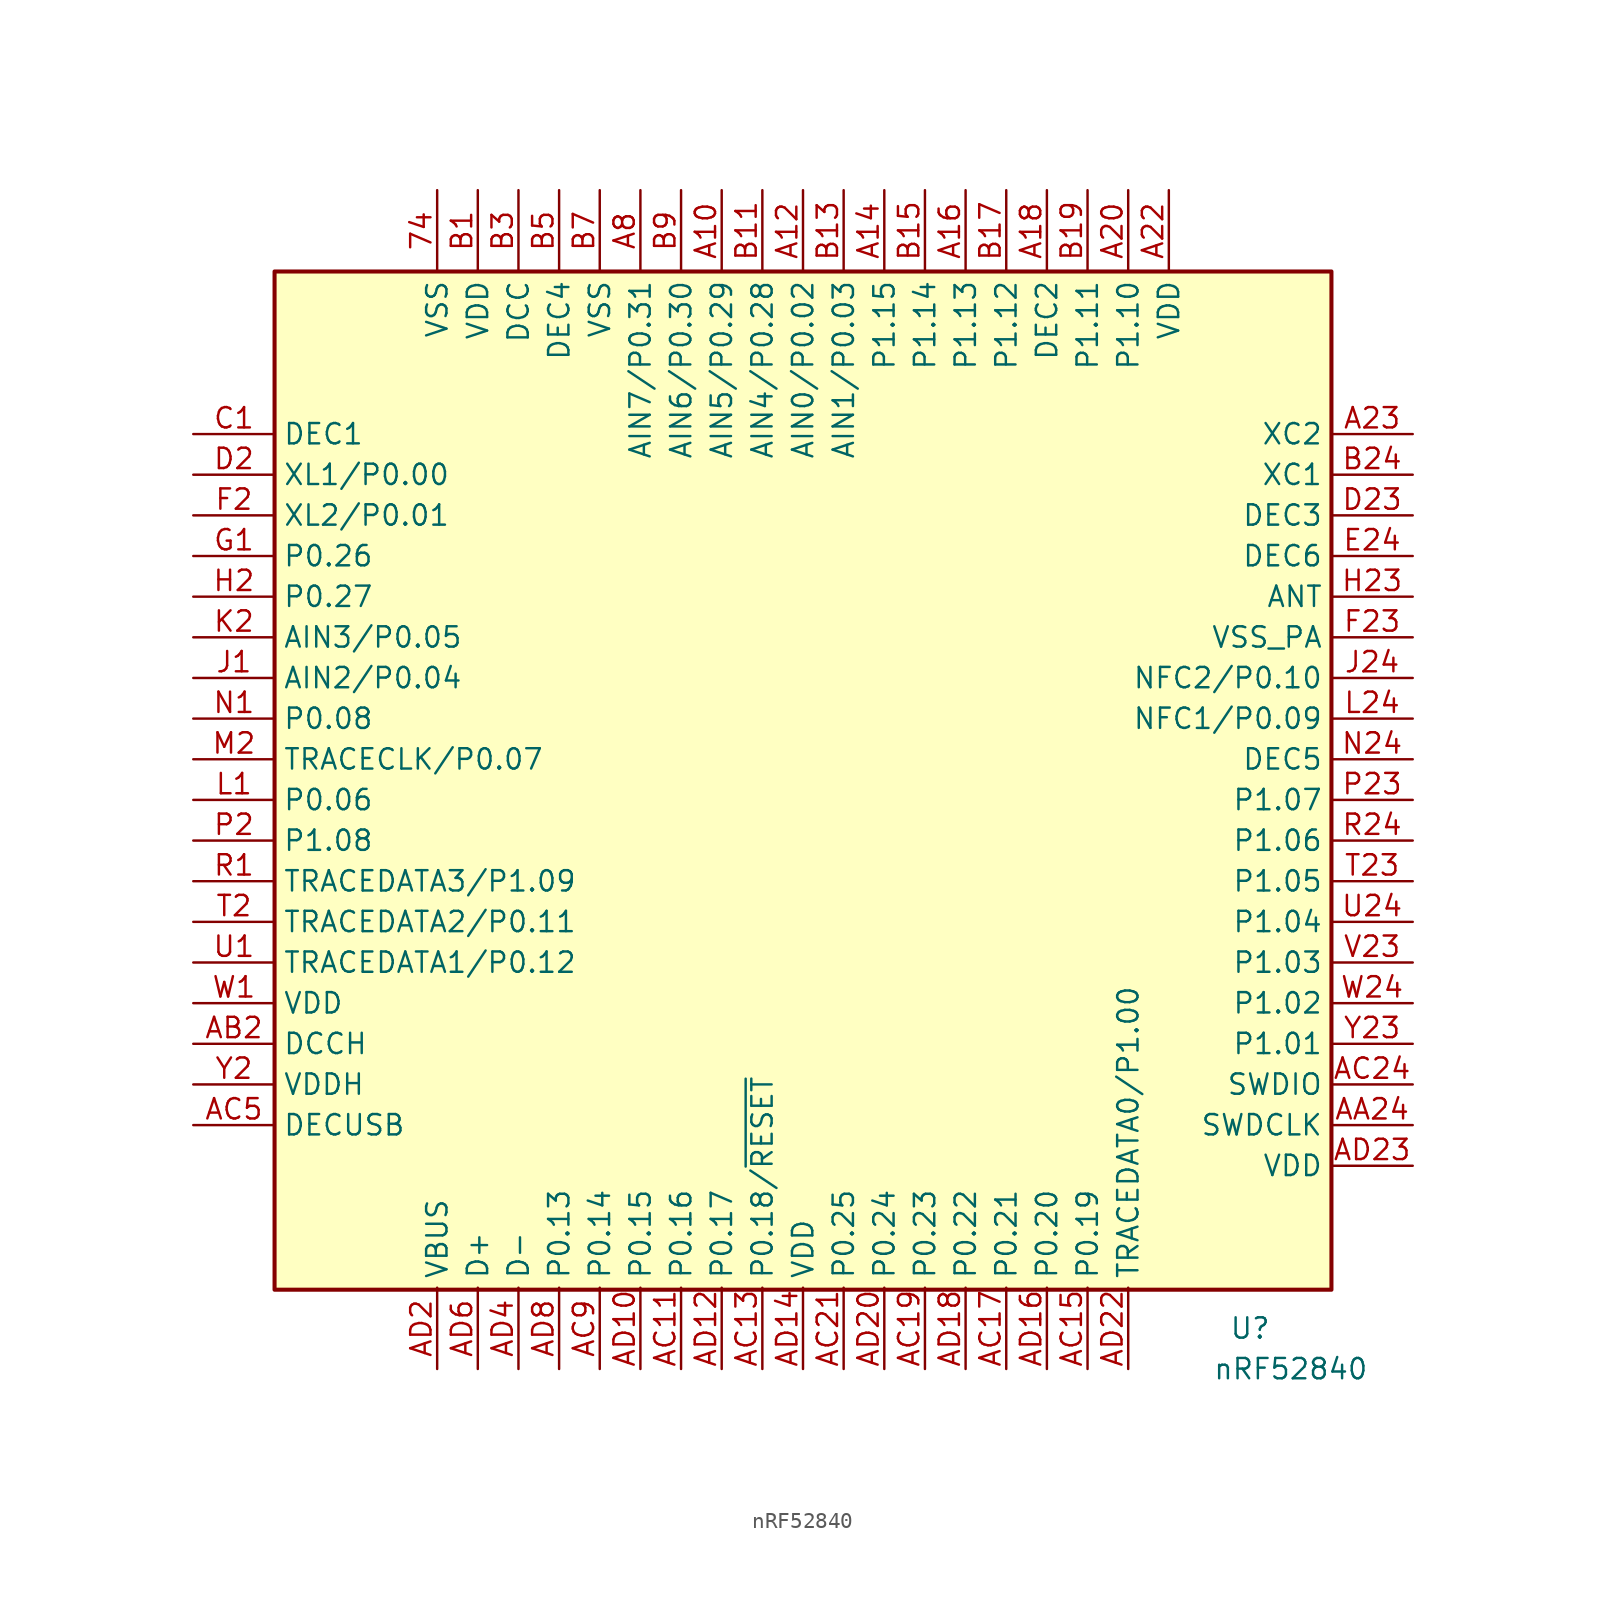
<source format=kicad_sym>
(kicad_symbol_lib
  (version 20220914)
  (generator kicad_symbol_editor)
  (symbol "nRF52840"
    (property "Reference" "U"
      (at 60.96 -2.54 0)
      (effects (font (size 1.27 1.27))))
    (property "Value" "nRF52840"
      (at 63.5 -5.08 0)
      (effects (font (size 1.27 1.27))))
    (symbol "nRF52840_0_1"
      (rectangle (start 0 63.5) (end 66.04 -0.127) (stroke (width 0.254) (type default)) (fill (type background))))
    (symbol "nRF52840_1_1"
      (pin power_in line (at 10.16 68.58 270) (length 5.08) (name "VSS" (effects (font (size 1.27 1.27)))) (number "74" (effects (font (size 1.27 1.27)))))
      (pin bidirectional line (at 27.94 68.58 270) (length 5.08) (name "AIN5/P0.29" (effects (font (size 1.27 1.27)))) (number "A10" (effects (font (size 1.27 1.27)))))
      (pin bidirectional line (at 33.02 68.58 270) (length 5.08) (name "AIN0/P0.02" (effects (font (size 1.27 1.27)))) (number "A12" (effects (font (size 1.27 1.27)))))
      (pin bidirectional line (at 38.1 68.58 270) (length 5.08) (name "P1.15" (effects (font (size 1.27 1.27)))) (number "A14" (effects (font (size 1.27 1.27)))))
      (pin bidirectional line (at 43.18 68.58 270) (length 5.08) (name "P1.13" (effects (font (size 1.27 1.27)))) (number "A16" (effects (font (size 1.27 1.27)))))
      (pin passive line (at 48.26 68.58 270) (length 5.08) (name "DEC2" (effects (font (size 1.27 1.27)))) (number "A18" (effects (font (size 1.27 1.27)))))
      (pin bidirectional line (at 53.34 68.58 270) (length 5.08) (name "P1.10" (effects (font (size 1.27 1.27)))) (number "A20" (effects (font (size 1.27 1.27)))))
      (pin power_in line (at 55.88 68.58 270) (length 5.08) (name "VDD" (effects (font (size 1.27 1.27)))) (number "A22" (effects (font (size 1.27 1.27)))))
      (pin input line (at 71.12 53.34 180) (length 5.08) (name "XC2" (effects (font (size 1.27 1.27)))) (number "A23" (effects (font (size 1.27 1.27)))))
      (pin bidirectional line (at 22.86 68.58 270) (length 5.08) (name "AIN7/P0.31" (effects (font (size 1.27 1.27)))) (number "A8" (effects (font (size 1.27 1.27)))))
      (pin input line (at 71.12 10.16 180) (length 5.08) (name "SWDCLK" (effects (font (size 1.27 1.27)))) (number "AA24" (effects (font (size 1.27 1.27)))))
      (pin power_out line (at -5.08 15.24 0) (length 5.08) (name "DCCH" (effects (font (size 1.27 1.27)))) (number "AB2" (effects (font (size 1.27 1.27)))))
      (pin bidirectional line (at 25.4 -5.08 90) (length 5.08) (name "P0.16" (effects (font (size 1.27 1.27)))) (number "AC11" (effects (font (size 1.27 1.27)))))
      (pin bidirectional line (at 30.48 -5.08 90) (length 5.08) (name "P0.18/~{RESET}" (effects (font (size 1.27 1.27)))) (number "AC13" (effects (font (size 1.27 1.27)))))
      (pin bidirectional line (at 50.8 -5.08 90) (length 5.08) (name "P0.19" (effects (font (size 1.27 1.27)))) (number "AC15" (effects (font (size 1.27 1.27)))))
      (pin bidirectional line (at 45.72 -5.08 90) (length 5.08) (name "P0.21" (effects (font (size 1.27 1.27)))) (number "AC17" (effects (font (size 1.27 1.27)))))
      (pin bidirectional line (at 40.64 -5.08 90) (length 5.08) (name "P0.23" (effects (font (size 1.27 1.27)))) (number "AC19" (effects (font (size 1.27 1.27)))))
      (pin bidirectional line (at 35.56 -5.08 90) (length 5.08) (name "P0.25" (effects (font (size 1.27 1.27)))) (number "AC21" (effects (font (size 1.27 1.27)))))
      (pin bidirectional line (at 71.12 12.7 180) (length 5.08) (name "SWDIO" (effects (font (size 1.27 1.27)))) (number "AC24" (effects (font (size 1.27 1.27)))))
      (pin passive line (at -5.08 10.16 0) (length 5.08) (name "DECUSB" (effects (font (size 1.27 1.27)))) (number "AC5" (effects (font (size 1.27 1.27)))))
      (pin bidirectional line (at 20.32 -5.08 90) (length 5.08) (name "P0.14" (effects (font (size 1.27 1.27)))) (number "AC9" (effects (font (size 1.27 1.27)))))
      (pin bidirectional line (at 22.86 -5.08 90) (length 5.08) (name "P0.15" (effects (font (size 1.27 1.27)))) (number "AD10" (effects (font (size 1.27 1.27)))))
      (pin bidirectional line (at 27.94 -5.08 90) (length 5.08) (name "P0.17" (effects (font (size 1.27 1.27)))) (number "AD12" (effects (font (size 1.27 1.27)))))
      (pin power_in line (at 33.02 -5.08 90) (length 5.08) (name "VDD" (effects (font (size 1.27 1.27)))) (number "AD14" (effects (font (size 1.27 1.27)))))
      (pin bidirectional line (at 48.26 -5.08 90) (length 5.08) (name "P0.20" (effects (font (size 1.27 1.27)))) (number "AD16" (effects (font (size 1.27 1.27)))))
      (pin bidirectional line (at 43.18 -5.08 90) (length 5.08) (name "P0.22" (effects (font (size 1.27 1.27)))) (number "AD18" (effects (font (size 1.27 1.27)))))
      (pin power_in line (at 10.16 -5.08 90) (length 5.08) (name "VBUS" (effects (font (size 1.27 1.27)))) (number "AD2" (effects (font (size 1.27 1.27)))))
      (pin bidirectional line (at 38.1 -5.08 90) (length 5.08) (name "P0.24" (effects (font (size 1.27 1.27)))) (number "AD20" (effects (font (size 1.27 1.27)))))
      (pin bidirectional line (at 53.34 -5.08 90) (length 5.08) (name "TRACEDATA0/P1.00" (effects (font (size 1.27 1.27)))) (number "AD22" (effects (font (size 1.27 1.27)))))
      (pin power_in line (at 71.12 7.62 180) (length 5.08) (name "VDD" (effects (font (size 1.27 1.27)))) (number "AD23" (effects (font (size 1.27 1.27)))))
      (pin bidirectional line (at 15.24 -5.08 90) (length 5.08) (name "D-" (effects (font (size 1.27 1.27)))) (number "AD4" (effects (font (size 1.27 1.27)))))
      (pin bidirectional line (at 12.7 -5.08 90) (length 5.08) (name "D+" (effects (font (size 1.27 1.27)))) (number "AD6" (effects (font (size 1.27 1.27)))))
      (pin bidirectional line (at 17.78 -5.08 90) (length 5.08) (name "P0.13" (effects (font (size 1.27 1.27)))) (number "AD8" (effects (font (size 1.27 1.27)))))
      (pin power_in line (at 12.7 68.58 270) (length 5.08) (name "VDD" (effects (font (size 1.27 1.27)))) (number "B1" (effects (font (size 1.27 1.27)))))
      (pin bidirectional line (at 30.48 68.58 270) (length 5.08) (name "AIN4/P0.28" (effects (font (size 1.27 1.27)))) (number "B11" (effects (font (size 1.27 1.27)))))
      (pin bidirectional line (at 35.56 68.58 270) (length 5.08) (name "AIN1/P0.03" (effects (font (size 1.27 1.27)))) (number "B13" (effects (font (size 1.27 1.27)))))
      (pin bidirectional line (at 40.64 68.58 270) (length 5.08) (name "P1.14" (effects (font (size 1.27 1.27)))) (number "B15" (effects (font (size 1.27 1.27)))))
      (pin bidirectional line (at 45.72 68.58 270) (length 5.08) (name "P1.12" (effects (font (size 1.27 1.27)))) (number "B17" (effects (font (size 1.27 1.27)))))
      (pin bidirectional line (at 50.8 68.58 270) (length 5.08) (name "P1.11" (effects (font (size 1.27 1.27)))) (number "B19" (effects (font (size 1.27 1.27)))))
      (pin input line (at 71.12 50.8 180) (length 5.08) (name "XC1" (effects (font (size 1.27 1.27)))) (number "B24" (effects (font (size 1.27 1.27)))))
      (pin power_out line (at 15.24 68.58 270) (length 5.08) (name "DCC" (effects (font (size 1.27 1.27)))) (number "B3" (effects (font (size 1.27 1.27)))))
      (pin passive line (at 17.78 68.58 270) (length 5.08) (name "DEC4" (effects (font (size 1.27 1.27)))) (number "B5" (effects (font (size 1.27 1.27)))))
      (pin power_in line (at 20.32 68.58 270) (length 5.08) (name "VSS" (effects (font (size 1.27 1.27)))) (number "B7" (effects (font (size 1.27 1.27)))))
      (pin bidirectional line (at 25.4 68.58 270) (length 5.08) (name "AIN6/P0.30" (effects (font (size 1.27 1.27)))) (number "B9" (effects (font (size 1.27 1.27)))))
      (pin passive line (at -5.08 53.34 0) (length 5.08) (name "DEC1" (effects (font (size 1.27 1.27)))) (number "C1" (effects (font (size 1.27 1.27)))))
      (pin bidirectional line (at -5.08 50.8 0) (length 5.08) (name "XL1/P0.00" (effects (font (size 1.27 1.27)))) (number "D2" (effects (font (size 1.27 1.27)))))
      (pin passive line (at 71.12 48.26 180) (length 5.08) (name "DEC3" (effects (font (size 1.27 1.27)))) (number "D23" (effects (font (size 1.27 1.27)))))
      (pin passive line (at 71.12 45.72 180) (length 5.08) (name "DEC6" (effects (font (size 1.27 1.27)))) (number "E24" (effects (font (size 1.27 1.27)))))
      (pin bidirectional line (at -5.08 48.26 0) (length 5.08) (name "XL2/P0.01" (effects (font (size 1.27 1.27)))) (number "F2" (effects (font (size 1.27 1.27)))))
      (pin power_in line (at 71.12 40.64 180) (length 5.08) (name "VSS_PA" (effects (font (size 1.27 1.27)))) (number "F23" (effects (font (size 1.27 1.27)))))
      (pin bidirectional line (at -5.08 45.72 0) (length 5.08) (name "P0.26" (effects (font (size 1.27 1.27)))) (number "G1" (effects (font (size 1.27 1.27)))))
      (pin bidirectional line (at -5.08 43.18 0) (length 5.08) (name "P0.27" (effects (font (size 1.27 1.27)))) (number "H2" (effects (font (size 1.27 1.27)))))
      (pin passive line (at 71.12 43.18 180) (length 5.08) (name "ANT" (effects (font (size 1.27 1.27)))) (number "H23" (effects (font (size 1.27 1.27)))))
      (pin bidirectional line (at -5.08 38.1 0) (length 5.08) (name "AIN2/P0.04" (effects (font (size 1.27 1.27)))) (number "J1" (effects (font (size 1.27 1.27)))))
      (pin bidirectional line (at 71.12 38.1 180) (length 5.08) (name "NFC2/P0.10" (effects (font (size 1.27 1.27)))) (number "J24" (effects (font (size 1.27 1.27)))))
      (pin bidirectional line (at -5.08 40.64 0) (length 5.08) (name "AIN3/P0.05" (effects (font (size 1.27 1.27)))) (number "K2" (effects (font (size 1.27 1.27)))))
      (pin bidirectional line (at -5.08 30.48 0) (length 5.08) (name "P0.06" (effects (font (size 1.27 1.27)))) (number "L1" (effects (font (size 1.27 1.27)))))
      (pin bidirectional line (at 71.12 35.56 180) (length 5.08) (name "NFC1/P0.09" (effects (font (size 1.27 1.27)))) (number "L24" (effects (font (size 1.27 1.27)))))
      (pin bidirectional line (at -5.08 33.02 0) (length 5.08) (name "TRACECLK/P0.07" (effects (font (size 1.27 1.27)))) (number "M2" (effects (font (size 1.27 1.27)))))
      (pin bidirectional line (at -5.08 35.56 0) (length 5.08) (name "P0.08" (effects (font (size 1.27 1.27)))) (number "N1" (effects (font (size 1.27 1.27)))))
      (pin passive line (at 71.12 33.02 180) (length 5.08) (name "DEC5" (effects (font (size 1.27 1.27)))) (number "N24" (effects (font (size 1.27 1.27)))))
      (pin bidirectional line (at -5.08 27.94 0) (length 5.08) (name "P1.08" (effects (font (size 1.27 1.27)))) (number "P2" (effects (font (size 1.27 1.27)))))
      (pin bidirectional line (at 71.12 30.48 180) (length 5.08) (name "P1.07" (effects (font (size 1.27 1.27)))) (number "P23" (effects (font (size 1.27 1.27)))))
      (pin bidirectional line (at -5.08 25.4 0) (length 5.08) (name "TRACEDATA3/P1.09" (effects (font (size 1.27 1.27)))) (number "R1" (effects (font (size 1.27 1.27)))))
      (pin bidirectional line (at 71.12 27.94 180) (length 5.08) (name "P1.06" (effects (font (size 1.27 1.27)))) (number "R24" (effects (font (size 1.27 1.27)))))
      (pin bidirectional line (at -5.08 22.86 0) (length 5.08) (name "TRACEDATA2/P0.11" (effects (font (size 1.27 1.27)))) (number "T2" (effects (font (size 1.27 1.27)))))
      (pin bidirectional line (at 71.12 25.4 180) (length 5.08) (name "P1.05" (effects (font (size 1.27 1.27)))) (number "T23" (effects (font (size 1.27 1.27)))))
      (pin bidirectional line (at -5.08 20.32 0) (length 5.08) (name "TRACEDATA1/P0.12" (effects (font (size 1.27 1.27)))) (number "U1" (effects (font (size 1.27 1.27)))))
      (pin bidirectional line (at 71.12 22.86 180) (length 5.08) (name "P1.04" (effects (font (size 1.27 1.27)))) (number "U24" (effects (font (size 1.27 1.27)))))
      (pin bidirectional line (at 71.12 20.32 180) (length 5.08) (name "P1.03" (effects (font (size 1.27 1.27)))) (number "V23" (effects (font (size 1.27 1.27)))))
      (pin power_in line (at -5.08 17.78 0) (length 5.08) (name "VDD" (effects (font (size 1.27 1.27)))) (number "W1" (effects (font (size 1.27 1.27)))))
      (pin bidirectional line (at 71.12 17.78 180) (length 5.08) (name "P1.02" (effects (font (size 1.27 1.27)))) (number "W24" (effects (font (size 1.27 1.27)))))
      (pin power_in line (at -5.08 12.7 0) (length 5.08) (name "VDDH" (effects (font (size 1.27 1.27)))) (number "Y2" (effects (font (size 1.27 1.27)))))
      (pin bidirectional line (at 71.12 15.24 180) (length 5.08) (name "P1.01" (effects (font (size 1.27 1.27)))) (number "Y23" (effects (font (size 1.27 1.27))))))))
</source>
